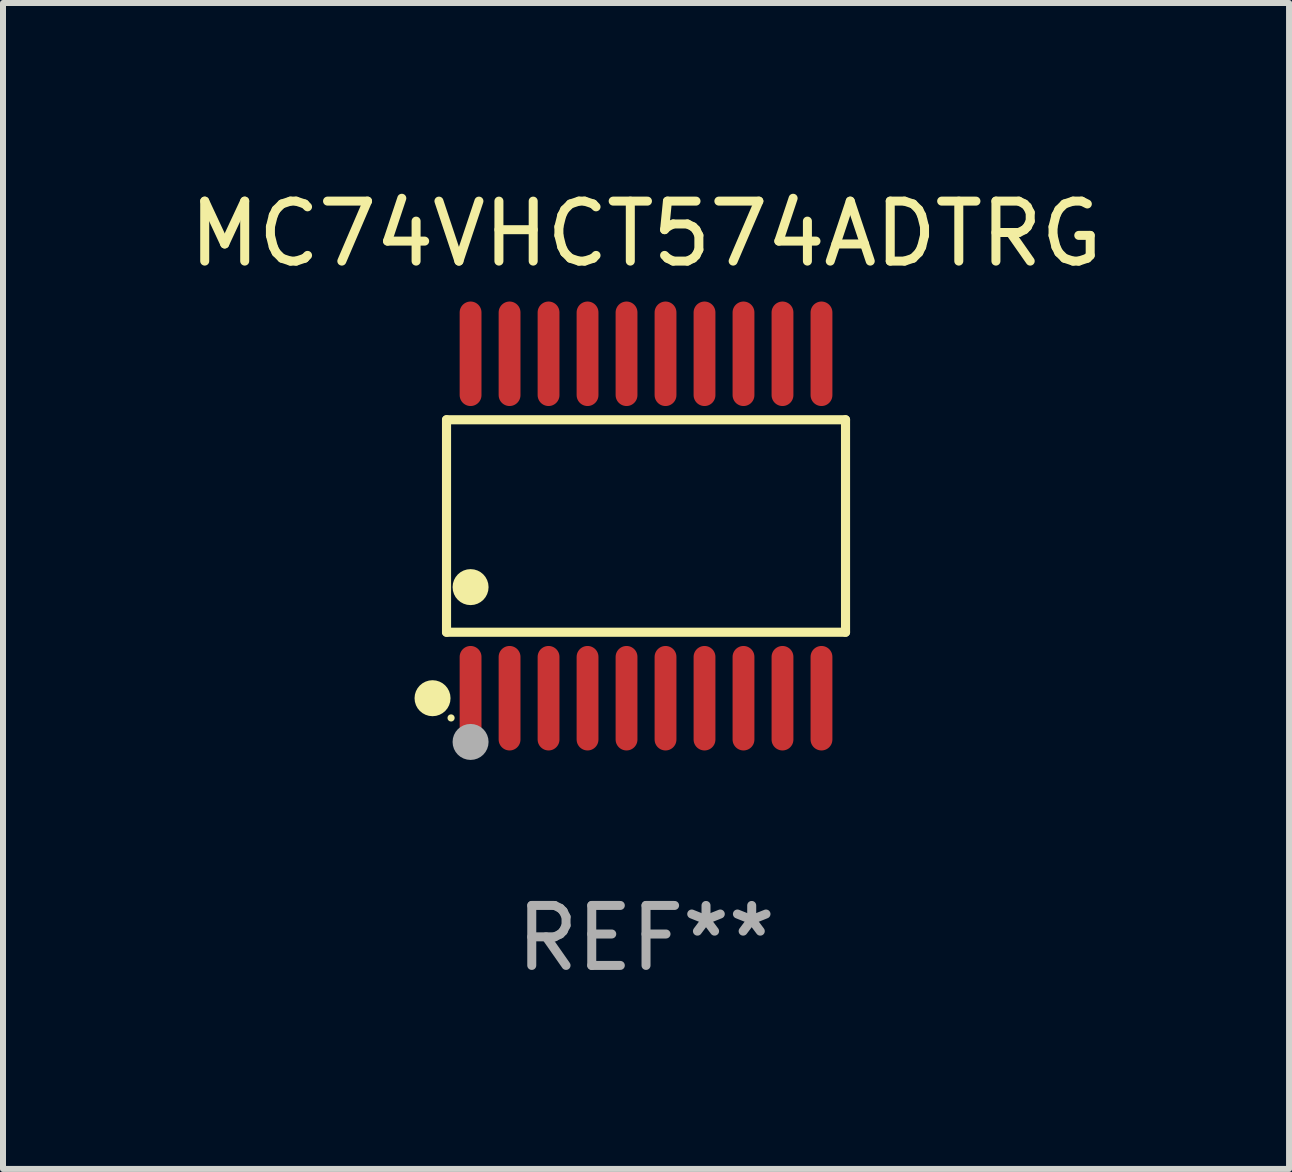
<source format=kicad_pcb>
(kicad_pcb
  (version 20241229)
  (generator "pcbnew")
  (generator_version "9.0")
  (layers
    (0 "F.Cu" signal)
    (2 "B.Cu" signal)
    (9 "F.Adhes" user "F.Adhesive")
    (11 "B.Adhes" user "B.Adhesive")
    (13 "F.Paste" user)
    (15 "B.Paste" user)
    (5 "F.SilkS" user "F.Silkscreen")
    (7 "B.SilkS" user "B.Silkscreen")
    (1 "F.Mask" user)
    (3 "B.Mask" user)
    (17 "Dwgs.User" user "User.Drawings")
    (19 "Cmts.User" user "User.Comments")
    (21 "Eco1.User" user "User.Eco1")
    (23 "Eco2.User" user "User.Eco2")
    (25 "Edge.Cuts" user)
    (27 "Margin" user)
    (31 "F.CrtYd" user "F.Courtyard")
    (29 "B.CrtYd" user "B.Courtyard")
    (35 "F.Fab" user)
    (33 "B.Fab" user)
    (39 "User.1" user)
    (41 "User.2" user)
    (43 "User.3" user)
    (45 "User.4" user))
  (footprint "MC74VHCT574ADTRG"
    (layer "F.Cu")
    (at 7.72 5.719)
    (property "Reference" "MC74VHCT574ADTRG" (at 0 -4.871 0) (layer "F.SilkS") (effects (font (size 1 1) (thickness 0.15))))
    (attr through_hole)
    (fp_line (start -3.326 -1.771) (end 3.326 -1.771) (stroke (width 0.152) (type solid)) (layer "F.SilkS"))
    (fp_line (start -3.326 1.771) (end -3.326 -1.771) (stroke (width 0.152) (type solid)) (layer "F.SilkS"))
    (fp_line (start 3.326 -1.771) (end 3.326 1.771) (stroke (width 0.152) (type solid)) (layer "F.SilkS"))
    (fp_line (start 3.326 1.771) (end -3.326 1.771) (stroke (width 0.152) (type solid)) (layer "F.SilkS"))
    (fp_circle (center -3.559 2.871) (end -3.409 2.871) (stroke (width 0.3) (type solid)) (fill no) (layer "F.SilkS"))
    (fp_circle (center -3.25 3.2) (end -3.22 3.2) (stroke (width 0.06) (type solid)) (fill no) (layer "F.SilkS"))
    (fp_circle (center -2.925 1.019) (end -2.775 1.019) (stroke (width 0.3) (type solid)) (fill no) (layer "F.SilkS"))
    (fp_circle (center -2.925 3.6) (end -2.775 3.6) (stroke (width 0.3) (type solid)) (fill no) (layer "F.Fab"))
    (fp_text user "REF**" (at 0 6.871 0) (layer "F.Fab") (effects (font (size 1 1) (thickness 0.15))))
    (pad "1" smd oval (at -2.925 2.871) (size 0.364 1.742) (layers "F.Cu" "F.Mask" "F.Paste"))
    (pad "2" smd oval (at -2.275 2.871) (size 0.364 1.742) (layers "F.Cu" "F.Mask" "F.Paste"))
    (pad "3" smd oval (at -1.625 2.871) (size 0.364 1.742) (layers "F.Cu" "F.Mask" "F.Paste"))
    (pad "4" smd oval (at -0.975 2.871) (size 0.364 1.742) (layers "F.Cu" "F.Mask" "F.Paste"))
    (pad "5" smd oval (at -0.325 2.871) (size 0.364 1.742) (layers "F.Cu" "F.Mask" "F.Paste"))
    (pad "6" smd oval (at 0.325 2.871) (size 0.364 1.742) (layers "F.Cu" "F.Mask" "F.Paste"))
    (pad "7" smd oval (at 0.975 2.871) (size 0.364 1.742) (layers "F.Cu" "F.Mask" "F.Paste"))
    (pad "8" smd oval (at 1.625 2.871) (size 0.364 1.742) (layers "F.Cu" "F.Mask" "F.Paste"))
    (pad "9" smd oval (at 2.275 2.871) (size 0.364 1.742) (layers "F.Cu" "F.Mask" "F.Paste"))
    (pad "10" smd oval (at 2.925 2.871) (size 0.364 1.742) (layers "F.Cu" "F.Mask" "F.Paste"))
    (pad "11" smd oval (at 2.925 -2.871) (size 0.364 1.742) (layers "F.Cu" "F.Mask" "F.Paste"))
    (pad "12" smd oval (at 2.275 -2.871) (size 0.364 1.742) (layers "F.Cu" "F.Mask" "F.Paste"))
    (pad "13" smd oval (at 1.625 -2.871) (size 0.364 1.742) (layers "F.Cu" "F.Mask" "F.Paste"))
    (pad "14" smd oval (at 0.975 -2.871) (size 0.364 1.742) (layers "F.Cu" "F.Mask" "F.Paste"))
    (pad "15" smd oval (at 0.325 -2.871) (size 0.364 1.742) (layers "F.Cu" "F.Mask" "F.Paste"))
    (pad "16" smd oval (at -0.325 -2.871) (size 0.364 1.742) (layers "F.Cu" "F.Mask" "F.Paste"))
    (pad "17" smd oval (at -0.975 -2.871) (size 0.364 1.742) (layers "F.Cu" "F.Mask" "F.Paste"))
    (pad "18" smd oval (at -1.625 -2.871) (size 0.364 1.742) (layers "F.Cu" "F.Mask" "F.Paste"))
    (pad "19" smd oval (at -2.275 -2.871) (size 0.364 1.742) (layers "F.Cu" "F.Mask" "F.Paste"))
    (pad "20" smd oval (at -2.925 -2.871) (size 0.364 1.742) (layers "F.Cu" "F.Mask" "F.Paste")))
  (gr_rect
    (start -3 -3)
    (end 18.44 16.438)
    (stroke (width 0.1) (type default))
    (fill no)
    (layer "Edge.Cuts")))
</source>
